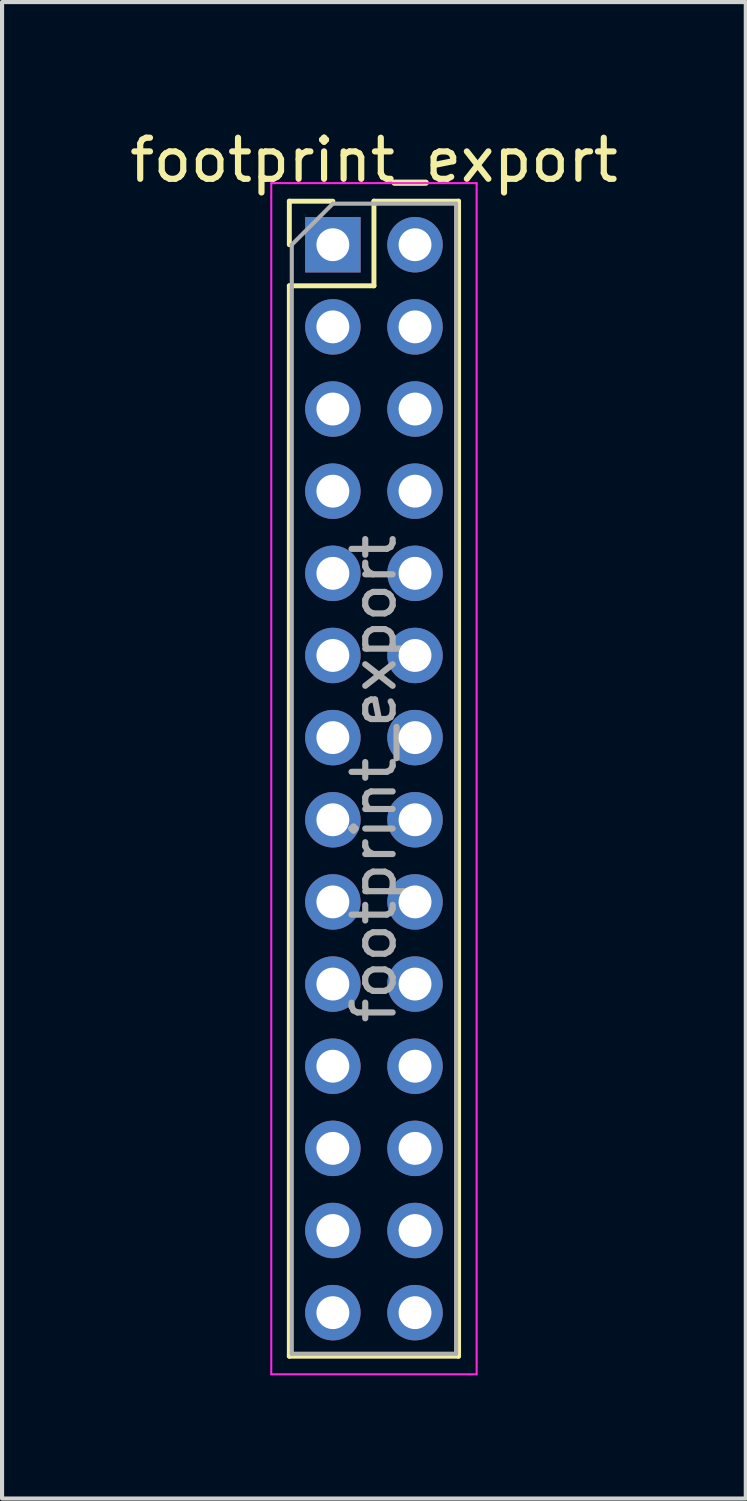
<source format=kicad_pcb>
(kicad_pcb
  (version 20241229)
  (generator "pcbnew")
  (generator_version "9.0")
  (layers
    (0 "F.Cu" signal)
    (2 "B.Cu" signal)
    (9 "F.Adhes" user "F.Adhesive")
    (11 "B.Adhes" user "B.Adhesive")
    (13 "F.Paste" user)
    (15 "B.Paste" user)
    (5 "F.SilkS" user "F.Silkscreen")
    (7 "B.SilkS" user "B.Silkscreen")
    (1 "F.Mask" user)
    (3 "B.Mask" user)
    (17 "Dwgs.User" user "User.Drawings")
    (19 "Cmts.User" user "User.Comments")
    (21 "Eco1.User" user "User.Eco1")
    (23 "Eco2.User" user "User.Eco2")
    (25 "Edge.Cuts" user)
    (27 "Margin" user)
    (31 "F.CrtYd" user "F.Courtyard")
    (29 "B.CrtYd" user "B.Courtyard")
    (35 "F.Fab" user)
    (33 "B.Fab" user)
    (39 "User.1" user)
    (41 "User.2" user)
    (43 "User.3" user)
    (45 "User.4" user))
  (footprint "footprint_export"
    (layer "F.Cu")
    (at 5.054 2.908)
    (property "Reference" "footprint_export" (at 1 -2.06 0) (layer "F.SilkS") (effects (font (size 1 1) (thickness 0.15))))
    (attr through_hole)
    (fp_line (start -1.06 -1.06) (end 0 -1.06) (stroke (width 0.12) (type solid)) (layer "F.SilkS"))
    (fp_line (start -1.06 0) (end -1.06 -1.06) (stroke (width 0.12) (type solid)) (layer "F.SilkS"))
    (fp_line (start -1.06 1) (end -1.06 27.06) (stroke (width 0.12) (type solid)) (layer "F.SilkS"))
    (fp_line (start -1.06 1) (end 1 1) (stroke (width 0.12) (type solid)) (layer "F.SilkS"))
    (fp_line (start -1.06 27.06) (end 3.06 27.06) (stroke (width 0.12) (type solid)) (layer "F.SilkS"))
    (fp_line (start 1 -1.06) (end 3.06 -1.06) (stroke (width 0.12) (type solid)) (layer "F.SilkS"))
    (fp_line (start 1 1) (end 1 -1.06) (stroke (width 0.12) (type solid)) (layer "F.SilkS"))
    (fp_line (start 3.06 -1.06) (end 3.06 27.06) (stroke (width 0.12) (type solid)) (layer "F.SilkS"))
    (fp_line (start -1.5 -1.5) (end -1.5 27.5) (stroke (width 0.05) (type solid)) (layer "F.CrtYd"))
    (fp_line (start -1.5 27.5) (end 3.5 27.5) (stroke (width 0.05) (type solid)) (layer "F.CrtYd"))
    (fp_line (start 3.5 -1.5) (end -1.5 -1.5) (stroke (width 0.05) (type solid)) (layer "F.CrtYd"))
    (fp_line (start 3.5 27.5) (end 3.5 -1.5) (stroke (width 0.05) (type solid)) (layer "F.CrtYd"))
    (fp_line (start -1 0) (end 0 -1) (stroke (width 0.1) (type solid)) (layer "F.Fab"))
    (fp_line (start -1 27) (end -1 0) (stroke (width 0.1) (type solid)) (layer "F.Fab"))
    (fp_line (start 0 -1) (end 3 -1) (stroke (width 0.1) (type solid)) (layer "F.Fab"))
    (fp_line (start 3 -1) (end 3 27) (stroke (width 0.1) (type solid)) (layer "F.Fab"))
    (fp_line (start 3 27) (end -1 27) (stroke (width 0.1) (type solid)) (layer "F.Fab"))
    (fp_text user "${REFERENCE}" (at 1 13 90) (layer "F.Fab") (effects (font (size 1 1) (thickness 0.15))))
    (pad "1" thru_hole rect (at 0 0) (size 1.35 1.35) (drill 0.8) (layers "*.Cu" "*.Mask"))
    (pad "2" thru_hole oval (at 2 0) (size 1.35 1.35) (drill 0.8) (layers "*.Cu" "*.Mask"))
    (pad "3" thru_hole oval (at 0 2) (size 1.35 1.35) (drill 0.8) (layers "*.Cu" "*.Mask"))
    (pad "4" thru_hole oval (at 2 2) (size 1.35 1.35) (drill 0.8) (layers "*.Cu" "*.Mask"))
    (pad "5" thru_hole oval (at 0 4) (size 1.35 1.35) (drill 0.8) (layers "*.Cu" "*.Mask"))
    (pad "6" thru_hole oval (at 2 4) (size 1.35 1.35) (drill 0.8) (layers "*.Cu" "*.Mask"))
    (pad "7" thru_hole oval (at 0 6) (size 1.35 1.35) (drill 0.8) (layers "*.Cu" "*.Mask"))
    (pad "8" thru_hole oval (at 2 6) (size 1.35 1.35) (drill 0.8) (layers "*.Cu" "*.Mask"))
    (pad "9" thru_hole oval (at 0 8) (size 1.35 1.35) (drill 0.8) (layers "*.Cu" "*.Mask"))
    (pad "10" thru_hole oval (at 2 8) (size 1.35 1.35) (drill 0.8) (layers "*.Cu" "*.Mask"))
    (pad "11" thru_hole oval (at 0 10) (size 1.35 1.35) (drill 0.8) (layers "*.Cu" "*.Mask"))
    (pad "12" thru_hole oval (at 2 10) (size 1.35 1.35) (drill 0.8) (layers "*.Cu" "*.Mask"))
    (pad "13" thru_hole oval (at 0 12) (size 1.35 1.35) (drill 0.8) (layers "*.Cu" "*.Mask"))
    (pad "14" thru_hole oval (at 2 12) (size 1.35 1.35) (drill 0.8) (layers "*.Cu" "*.Mask"))
    (pad "15" thru_hole oval (at 0 14) (size 1.35 1.35) (drill 0.8) (layers "*.Cu" "*.Mask"))
    (pad "16" thru_hole oval (at 2 14) (size 1.35 1.35) (drill 0.8) (layers "*.Cu" "*.Mask"))
    (pad "17" thru_hole oval (at 0 16) (size 1.35 1.35) (drill 0.8) (layers "*.Cu" "*.Mask"))
    (pad "18" thru_hole oval (at 2 16) (size 1.35 1.35) (drill 0.8) (layers "*.Cu" "*.Mask"))
    (pad "19" thru_hole oval (at 0 18) (size 1.35 1.35) (drill 0.8) (layers "*.Cu" "*.Mask"))
    (pad "20" thru_hole oval (at 2 18) (size 1.35 1.35) (drill 0.8) (layers "*.Cu" "*.Mask"))
    (pad "21" thru_hole oval (at 0 20) (size 1.35 1.35) (drill 0.8) (layers "*.Cu" "*.Mask"))
    (pad "22" thru_hole oval (at 2 20) (size 1.35 1.35) (drill 0.8) (layers "*.Cu" "*.Mask"))
    (pad "23" thru_hole oval (at 0 22) (size 1.35 1.35) (drill 0.8) (layers "*.Cu" "*.Mask"))
    (pad "24" thru_hole oval (at 2 22) (size 1.35 1.35) (drill 0.8) (layers "*.Cu" "*.Mask"))
    (pad "25" thru_hole oval (at 0 24) (size 1.35 1.35) (drill 0.8) (layers "*.Cu" "*.Mask"))
    (pad "26" thru_hole oval (at 2 24) (size 1.35 1.35) (drill 0.8) (layers "*.Cu" "*.Mask"))
    (pad "27" thru_hole oval (at 0 26) (size 1.35 1.35) (drill 0.8) (layers "*.Cu" "*.Mask"))
    (pad "28" thru_hole oval (at 2 26) (size 1.35 1.35) (drill 0.8) (layers "*.Cu" "*.Mask")))
  (gr_rect
    (start -3 -3)
    (end 15.107 33.433)
    (stroke (width 0.1) (type default))
    (fill no)
    (layer "Edge.Cuts")))
</source>
